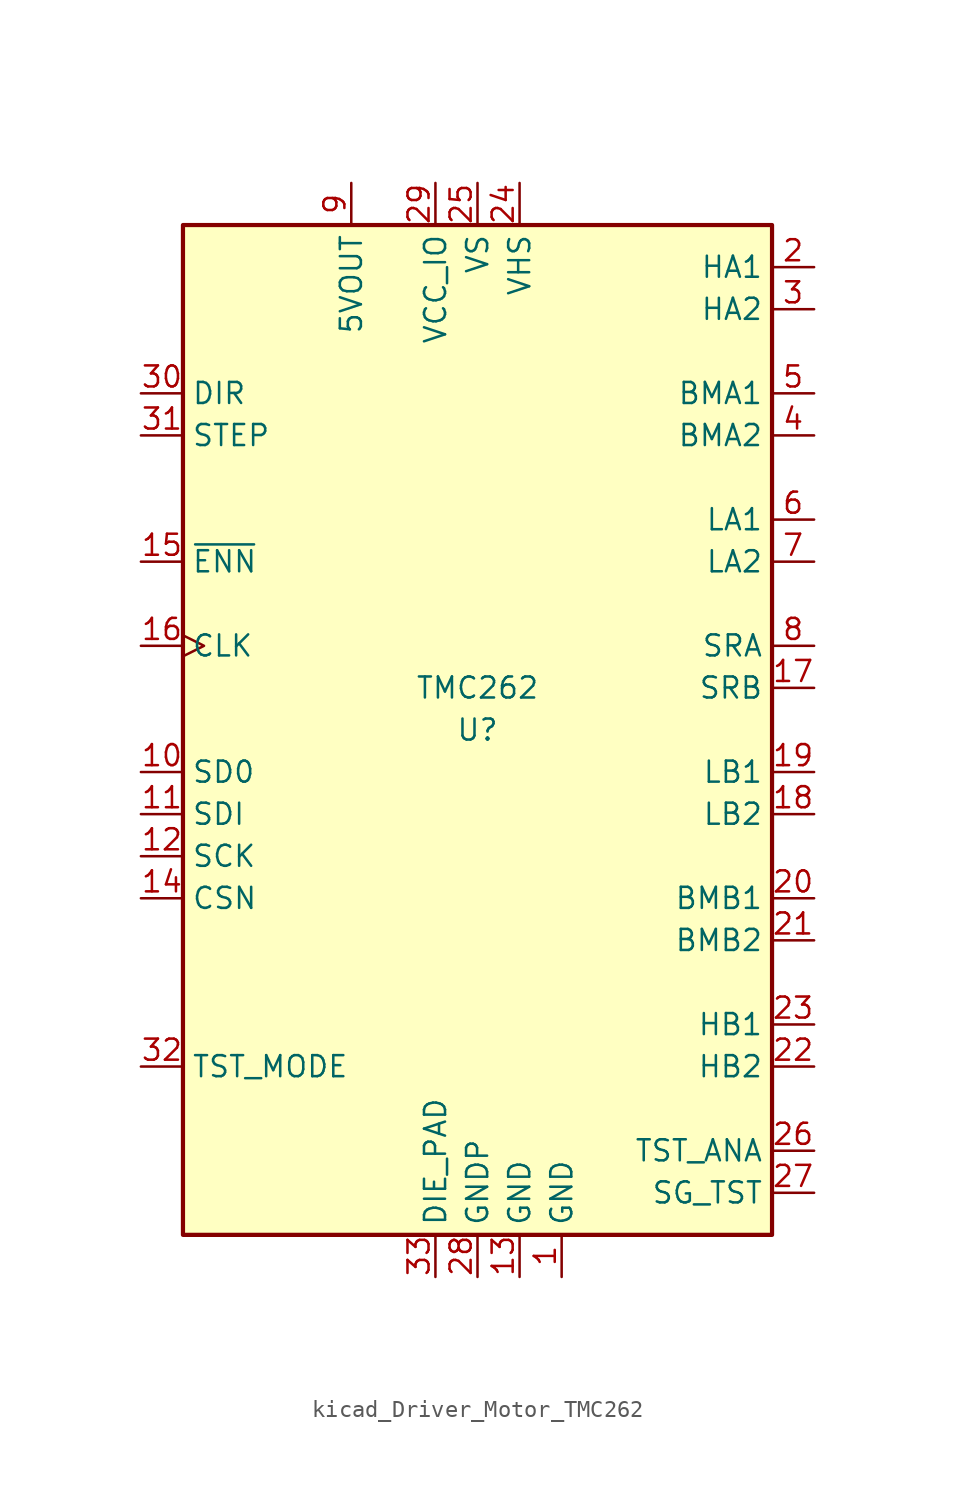
<source format=kicad_sym>
(kicad_symbol_lib
  (version 20220914)
  (generator kicad_symbol_editor)
  (symbol "kicad_Driver_Motor_TMC262"
    (property "Reference" "U"
      (at 0 0 0)
      (effects (font (size 1.27 1.27))))
    (property "Value" "TMC262"
      (at 0 2.54 0)
      (effects (font (size 1.27 1.27))))
    (symbol "kicad_Driver_Motor_TMC262_0_1"
      (rectangle (start -17.78 30.48) (end 17.78 -30.48) (stroke (width 0.254) (type default)) (fill (type background))))
    (symbol "kicad_Driver_Motor_TMC262_1_1"
      (pin power_in line (at 5.08 -33.02 90) (length 2.54) (name "GND" (effects (font (size 1.27 1.27)))) (number "1" (effects (font (size 1.27 1.27)))))
      (pin tri_state line (at -20.32 -2.54 0) (length 2.54) (name "SD0" (effects (font (size 1.27 1.27)))) (number "10" (effects (font (size 1.27 1.27)))))
      (pin input line (at -20.32 -5.08 0) (length 2.54) (name "SDI" (effects (font (size 1.27 1.27)))) (number "11" (effects (font (size 1.27 1.27)))))
      (pin input line (at -20.32 -7.62 0) (length 2.54) (name "SCK" (effects (font (size 1.27 1.27)))) (number "12" (effects (font (size 1.27 1.27)))))
      (pin power_in line (at 2.54 -33.02 90) (length 2.54) (name "GND" (effects (font (size 1.27 1.27)))) (number "13" (effects (font (size 1.27 1.27)))))
      (pin input line (at -20.32 -10.16 0) (length 2.54) (name "CSN" (effects (font (size 1.27 1.27)))) (number "14" (effects (font (size 1.27 1.27)))))
      (pin input line (at -20.32 10.16 0) (length 2.54) (name "~{ENN}" (effects (font (size 1.27 1.27)))) (number "15" (effects (font (size 1.27 1.27)))))
      (pin input clock (at -20.32 5.08 0) (length 2.54) (name "CLK" (effects (font (size 1.27 1.27)))) (number "16" (effects (font (size 1.27 1.27)))))
      (pin input line (at 20.32 2.54 180) (length 2.54) (name "SRB" (effects (font (size 1.27 1.27)))) (number "17" (effects (font (size 1.27 1.27)))))
      (pin output line (at 20.32 -5.08 180) (length 2.54) (name "LB2" (effects (font (size 1.27 1.27)))) (number "18" (effects (font (size 1.27 1.27)))))
      (pin output line (at 20.32 -2.54 180) (length 2.54) (name "LB1" (effects (font (size 1.27 1.27)))) (number "19" (effects (font (size 1.27 1.27)))))
      (pin output line (at 20.32 27.94 180) (length 2.54) (name "HA1" (effects (font (size 1.27 1.27)))) (number "2" (effects (font (size 1.27 1.27)))))
      (pin input line (at 20.32 -10.16 180) (length 2.54) (name "BMB1" (effects (font (size 1.27 1.27)))) (number "20" (effects (font (size 1.27 1.27)))))
      (pin input line (at 20.32 -12.7 180) (length 2.54) (name "BMB2" (effects (font (size 1.27 1.27)))) (number "21" (effects (font (size 1.27 1.27)))))
      (pin output line (at 20.32 -20.32 180) (length 2.54) (name "HB2" (effects (font (size 1.27 1.27)))) (number "22" (effects (font (size 1.27 1.27)))))
      (pin output line (at 20.32 -17.78 180) (length 2.54) (name "HB1" (effects (font (size 1.27 1.27)))) (number "23" (effects (font (size 1.27 1.27)))))
      (pin power_in line (at 2.54 33.02 270) (length 2.54) (name "VHS" (effects (font (size 1.27 1.27)))) (number "24" (effects (font (size 1.27 1.27)))))
      (pin power_in line (at 0 33.02 270) (length 2.54) (name "VS" (effects (font (size 1.27 1.27)))) (number "25" (effects (font (size 1.27 1.27)))))
      (pin output line (at 20.32 -25.4 180) (length 2.54) (name "TST_ANA" (effects (font (size 1.27 1.27)))) (number "26" (effects (font (size 1.27 1.27)))))
      (pin output line (at 20.32 -27.94 180) (length 2.54) (name "SG_TST" (effects (font (size 1.27 1.27)))) (number "27" (effects (font (size 1.27 1.27)))))
      (pin power_in line (at 0 -33.02 90) (length 2.54) (name "GNDP" (effects (font (size 1.27 1.27)))) (number "28" (effects (font (size 1.27 1.27)))))
      (pin power_in line (at -2.54 33.02 270) (length 2.54) (name "VCC_IO" (effects (font (size 1.27 1.27)))) (number "29" (effects (font (size 1.27 1.27)))))
      (pin output line (at 20.32 25.4 180) (length 2.54) (name "HA2" (effects (font (size 1.27 1.27)))) (number "3" (effects (font (size 1.27 1.27)))))
      (pin input line (at -20.32 20.32 0) (length 2.54) (name "DIR" (effects (font (size 1.27 1.27)))) (number "30" (effects (font (size 1.27 1.27)))))
      (pin input line (at -20.32 17.78 0) (length 2.54) (name "STEP" (effects (font (size 1.27 1.27)))) (number "31" (effects (font (size 1.27 1.27)))))
      (pin input line (at -20.32 -20.32 0) (length 2.54) (name "TST_MODE" (effects (font (size 1.27 1.27)))) (number "32" (effects (font (size 1.27 1.27)))))
      (pin input line (at -2.54 -33.02 90) (length 2.54) (name "DIE_PAD" (effects (font (size 1.27 1.27)))) (number "33" (effects (font (size 1.27 1.27)))))
      (pin input line (at 20.32 17.78 180) (length 2.54) (name "BMA2" (effects (font (size 1.27 1.27)))) (number "4" (effects (font (size 1.27 1.27)))))
      (pin input line (at 20.32 20.32 180) (length 2.54) (name "BMA1" (effects (font (size 1.27 1.27)))) (number "5" (effects (font (size 1.27 1.27)))))
      (pin output line (at 20.32 12.7 180) (length 2.54) (name "LA1" (effects (font (size 1.27 1.27)))) (number "6" (effects (font (size 1.27 1.27)))))
      (pin output line (at 20.32 10.16 180) (length 2.54) (name "LA2" (effects (font (size 1.27 1.27)))) (number "7" (effects (font (size 1.27 1.27)))))
      (pin input line (at 20.32 5.08 180) (length 2.54) (name "SRA" (effects (font (size 1.27 1.27)))) (number "8" (effects (font (size 1.27 1.27)))))
      (pin power_out line (at -7.62 33.02 270) (length 2.54) (name "5VOUT" (effects (font (size 1.27 1.27)))) (number "9" (effects (font (size 1.27 1.27))))))))
</source>
